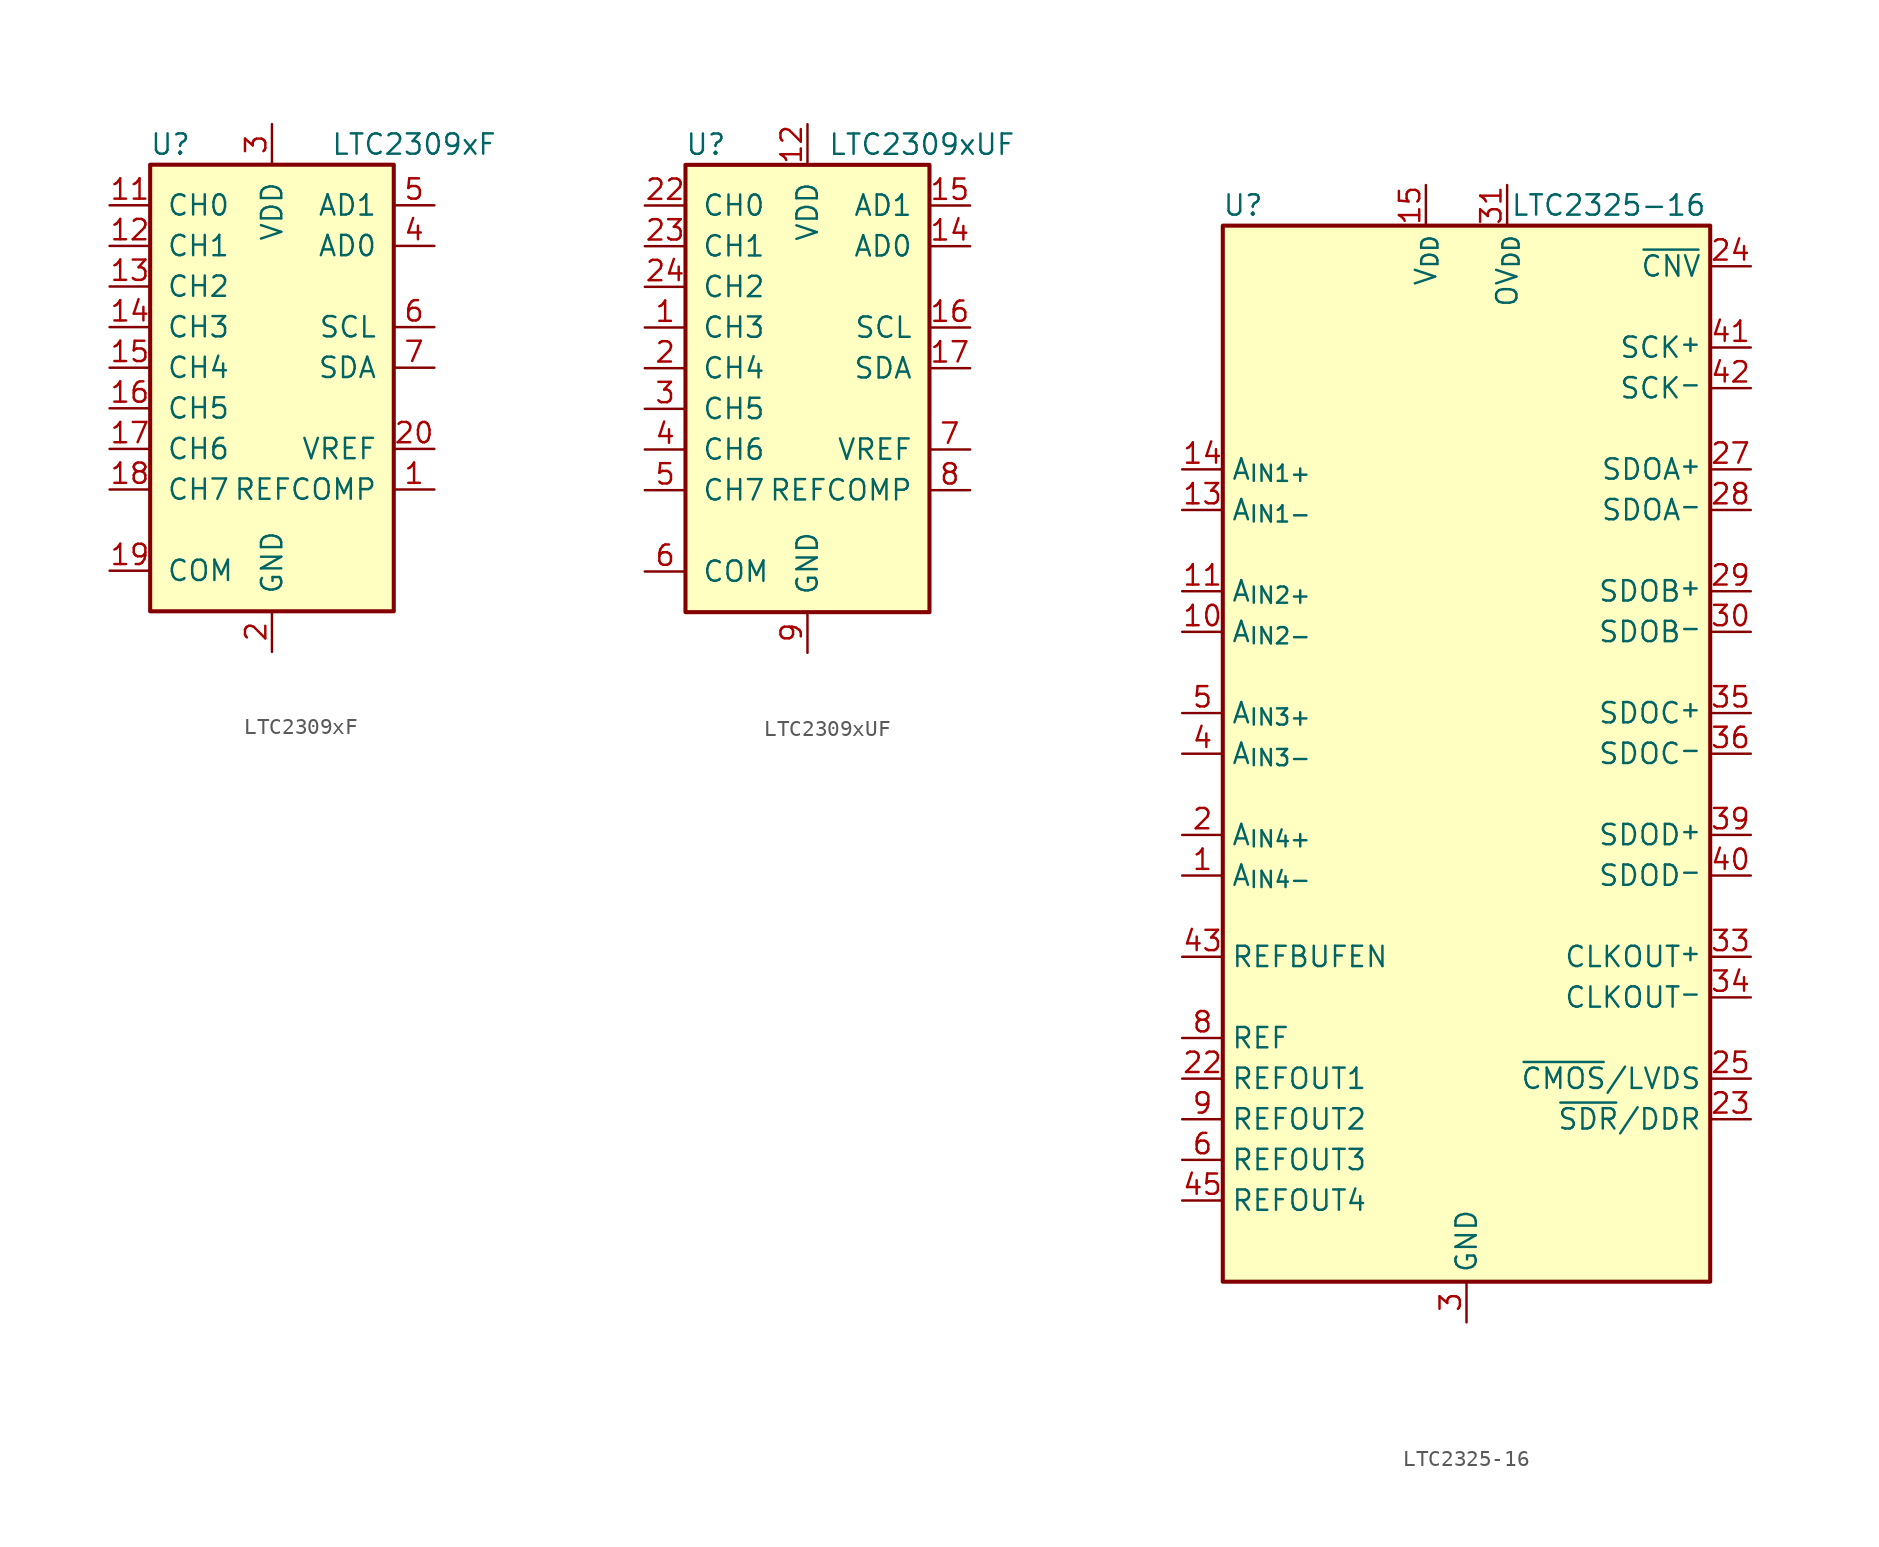
<source format=kicad_sym>
(kicad_symbol_lib
  (version 20220914)
  (generator kicad_symbol_editor)
  (symbol "LTC2309xF"
    (pin_names
      (offset 1.016))
    (property "Reference" "U"
      (at -6.35 13.97 0)
      (effects (font (size 1.27 1.27))))
    (property "Value" "LTC2309xF"
      (at 8.89 13.97 0)
      (effects (font (size 1.27 1.27))))
    (symbol "LTC2309xF_0_1"
      (rectangle (start -7.62 12.7) (end 7.62 -15.24) (stroke (width 0.254) (type default)) (fill (type background)))
      (pin input line (at -10.16 -2.54 0) (length 2.54) (name "CH5" (effects (font (size 1.27 1.27)))) (number "16" (effects (font (size 1.27 1.27))))))
    (symbol "LTC2309xF_1_1"
      (pin input line (at 10.16 -7.62 180) (length 2.54) (name "REFCOMP" (effects (font (size 1.27 1.27)))) (number "1" (effects (font (size 1.27 1.27)))))
      (pin passive line (at 0 15.24 270) (length 2.54) hide (name "VDD" (effects (font (size 1.27 1.27)))) (number "10" (effects (font (size 1.27 1.27)))))
      (pin input line (at -10.16 10.16 0) (length 2.54) (name "CH0" (effects (font (size 1.27 1.27)))) (number "11" (effects (font (size 1.27 1.27)))))
      (pin input line (at -10.16 7.62 0) (length 2.54) (name "CH1" (effects (font (size 1.27 1.27)))) (number "12" (effects (font (size 1.27 1.27)))))
      (pin input line (at -10.16 5.08 0) (length 2.54) (name "CH2" (effects (font (size 1.27 1.27)))) (number "13" (effects (font (size 1.27 1.27)))))
      (pin input line (at -10.16 2.54 0) (length 2.54) (name "CH3" (effects (font (size 1.27 1.27)))) (number "14" (effects (font (size 1.27 1.27)))))
      (pin input line (at -10.16 0 0) (length 2.54) (name "CH4" (effects (font (size 1.27 1.27)))) (number "15" (effects (font (size 1.27 1.27)))))
      (pin input line (at -10.16 -5.08 0) (length 2.54) (name "CH6" (effects (font (size 1.27 1.27)))) (number "17" (effects (font (size 1.27 1.27)))))
      (pin input line (at -10.16 -7.62 0) (length 2.54) (name "CH7" (effects (font (size 1.27 1.27)))) (number "18" (effects (font (size 1.27 1.27)))))
      (pin input line (at -10.16 -12.7 0) (length 2.54) (name "COM" (effects (font (size 1.27 1.27)))) (number "19" (effects (font (size 1.27 1.27)))))
      (pin power_in line (at 0 -17.78 90) (length 2.54) (name "GND" (effects (font (size 1.27 1.27)))) (number "2" (effects (font (size 1.27 1.27)))))
      (pin input line (at 10.16 -5.08 180) (length 2.54) (name "VREF" (effects (font (size 1.27 1.27)))) (number "20" (effects (font (size 1.27 1.27)))))
      (pin power_in line (at 0 15.24 270) (length 2.54) (name "VDD" (effects (font (size 1.27 1.27)))) (number "3" (effects (font (size 1.27 1.27)))))
      (pin input line (at 10.16 7.62 180) (length 2.54) (name "AD0" (effects (font (size 1.27 1.27)))) (number "4" (effects (font (size 1.27 1.27)))))
      (pin input line (at 10.16 10.16 180) (length 2.54) (name "AD1" (effects (font (size 1.27 1.27)))) (number "5" (effects (font (size 1.27 1.27)))))
      (pin input line (at 10.16 2.54 180) (length 2.54) (name "SCL" (effects (font (size 1.27 1.27)))) (number "6" (effects (font (size 1.27 1.27)))))
      (pin bidirectional line (at 10.16 0 180) (length 2.54) (name "SDA" (effects (font (size 1.27 1.27)))) (number "7" (effects (font (size 1.27 1.27)))))
      (pin passive line (at 0 -17.78 90) (length 2.54) hide (name "GND" (effects (font (size 1.27 1.27)))) (number "8" (effects (font (size 1.27 1.27)))))
      (pin passive line (at 0 -17.78 90) (length 2.54) hide (name "GND" (effects (font (size 1.27 1.27)))) (number "9" (effects (font (size 1.27 1.27)))))))
  (symbol "LTC2309xUF"
    (pin_names
      (offset 1.016))
    (property "Reference" "U"
      (at -6.35 13.97 0)
      (effects (font (size 1.27 1.27))))
    (property "Value" "LTC2309xUF"
      (at 1.27 13.97 0)
      (effects (font (size 1.27 1.27)) (justify left)))
    (symbol "LTC2309xUF_0_1"
      (rectangle (start -7.62 12.7) (end 7.62 -15.24) (stroke (width 0.254) (type default)) (fill (type background)))
      (pin input line (at -10.16 -2.54 0) (length 2.54) (name "CH5" (effects (font (size 1.27 1.27)))) (number "3" (effects (font (size 1.27 1.27))))))
    (symbol "LTC2309xUF_1_1"
      (pin input line (at -10.16 2.54 0) (length 2.54) (name "CH3" (effects (font (size 1.27 1.27)))) (number "1" (effects (font (size 1.27 1.27)))))
      (pin passive line (at 0 -17.78 90) (length 2.54) hide (name "GND" (effects (font (size 1.27 1.27)))) (number "10" (effects (font (size 1.27 1.27)))))
      (pin passive line (at 0 -17.78 90) (length 2.54) hide (name "GND" (effects (font (size 1.27 1.27)))) (number "11" (effects (font (size 1.27 1.27)))))
      (pin power_in line (at 0 15.24 270) (length 2.54) (name "VDD" (effects (font (size 1.27 1.27)))) (number "12" (effects (font (size 1.27 1.27)))))
      (pin passive line (at 0 15.24 270) (length 2.54) hide (name "VDD" (effects (font (size 1.27 1.27)))) (number "13" (effects (font (size 1.27 1.27)))))
      (pin input line (at 10.16 7.62 180) (length 2.54) (name "AD0" (effects (font (size 1.27 1.27)))) (number "14" (effects (font (size 1.27 1.27)))))
      (pin input line (at 10.16 10.16 180) (length 2.54) (name "AD1" (effects (font (size 1.27 1.27)))) (number "15" (effects (font (size 1.27 1.27)))))
      (pin input line (at 10.16 2.54 180) (length 2.54) (name "SCL" (effects (font (size 1.27 1.27)))) (number "16" (effects (font (size 1.27 1.27)))))
      (pin bidirectional line (at 10.16 0 180) (length 2.54) (name "SDA" (effects (font (size 1.27 1.27)))) (number "17" (effects (font (size 1.27 1.27)))))
      (pin passive line (at 0 -17.78 90) (length 2.54) hide (name "GND" (effects (font (size 1.27 1.27)))) (number "18" (effects (font (size 1.27 1.27)))))
      (pin passive line (at 0 -17.78 90) (length 2.54) hide (name "GND" (effects (font (size 1.27 1.27)))) (number "19" (effects (font (size 1.27 1.27)))))
      (pin input line (at -10.16 0 0) (length 2.54) (name "CH4" (effects (font (size 1.27 1.27)))) (number "2" (effects (font (size 1.27 1.27)))))
      (pin passive line (at 0 -17.78 90) (length 2.54) hide (name "GND" (effects (font (size 1.27 1.27)))) (number "20" (effects (font (size 1.27 1.27)))))
      (pin passive line (at 0 15.24 270) (length 2.54) hide (name "VDD" (effects (font (size 1.27 1.27)))) (number "21" (effects (font (size 1.27 1.27)))))
      (pin input line (at -10.16 10.16 0) (length 2.54) (name "CH0" (effects (font (size 1.27 1.27)))) (number "22" (effects (font (size 1.27 1.27)))))
      (pin input line (at -10.16 7.62 0) (length 2.54) (name "CH1" (effects (font (size 1.27 1.27)))) (number "23" (effects (font (size 1.27 1.27)))))
      (pin input line (at -10.16 5.08 0) (length 2.54) (name "CH2" (effects (font (size 1.27 1.27)))) (number "24" (effects (font (size 1.27 1.27)))))
      (pin passive line (at 0 -17.78 90) (length 2.54) hide (name "GND" (effects (font (size 1.27 1.27)))) (number "25" (effects (font (size 1.27 1.27)))))
      (pin input line (at -10.16 -5.08 0) (length 2.54) (name "CH6" (effects (font (size 1.27 1.27)))) (number "4" (effects (font (size 1.27 1.27)))))
      (pin input line (at -10.16 -7.62 0) (length 2.54) (name "CH7" (effects (font (size 1.27 1.27)))) (number "5" (effects (font (size 1.27 1.27)))))
      (pin input line (at -10.16 -12.7 0) (length 2.54) (name "COM" (effects (font (size 1.27 1.27)))) (number "6" (effects (font (size 1.27 1.27)))))
      (pin input line (at 10.16 -5.08 180) (length 2.54) (name "VREF" (effects (font (size 1.27 1.27)))) (number "7" (effects (font (size 1.27 1.27)))))
      (pin input line (at 10.16 -7.62 180) (length 2.54) (name "REFCOMP" (effects (font (size 1.27 1.27)))) (number "8" (effects (font (size 1.27 1.27)))))
      (pin power_in line (at 0 -17.78 90) (length 2.54) (name "GND" (effects (font (size 1.27 1.27)))) (number "9" (effects (font (size 1.27 1.27)))))))
  (symbol "LTC2325-16"
    (property "Reference" "U"
      (at -13.97 34.29 0)
      (effects (font (size 1.27 1.27))))
    (property "Value" "LTC2325-16"
      (at 8.89 34.29 0)
      (effects (font (size 1.27 1.27))))
    (symbol "LTC2325-16_0_1"
      (rectangle (start -15.24 33.02) (end 15.24 -33.02) (stroke (width 0.254) (type default)) (fill (type background))))
    (symbol "LTC2325-16_1_1"
      (pin input line (at -17.78 -7.62 0) (length 2.54) (name "A_{IN4-}" (effects (font (size 1.27 1.27)))) (number "1" (effects (font (size 1.27 1.27)))))
      (pin input line (at -17.78 7.62 0) (length 2.54) (name "A_{IN2-}" (effects (font (size 1.27 1.27)))) (number "10" (effects (font (size 1.27 1.27)))))
      (pin input line (at -17.78 10.16 0) (length 2.54) (name "A_{IN2+}" (effects (font (size 1.27 1.27)))) (number "11" (effects (font (size 1.27 1.27)))))
      (pin passive line (at 0 -35.56 90) (length 2.54) hide (name "GND" (effects (font (size 1.27 1.27)))) (number "12" (effects (font (size 1.27 1.27)))))
      (pin input line (at -17.78 15.24 0) (length 2.54) (name "A_{IN1-}" (effects (font (size 1.27 1.27)))) (number "13" (effects (font (size 1.27 1.27)))))
      (pin input line (at -17.78 17.78 0) (length 2.54) (name "A_{IN1+}" (effects (font (size 1.27 1.27)))) (number "14" (effects (font (size 1.27 1.27)))))
      (pin power_in line (at -2.54 35.56 270) (length 2.54) (name "V_{DD}" (effects (font (size 1.27 1.27)))) (number "15" (effects (font (size 1.27 1.27)))))
      (pin no_connect line (at -12.7 -33.02 90) (length 2.54) hide (name "NC" (effects (font (size 1.27 1.27)))) (number "16" (effects (font (size 1.27 1.27)))))
      (pin no_connect line (at -10.16 -33.02 90) (length 2.54) hide (name "NC" (effects (font (size 1.27 1.27)))) (number "17" (effects (font (size 1.27 1.27)))))
      (pin passive line (at 0 -35.56 90) (length 2.54) hide (name "GND" (effects (font (size 1.27 1.27)))) (number "18" (effects (font (size 1.27 1.27)))))
      (pin no_connect line (at -7.62 -33.02 90) (length 2.54) hide (name "NC" (effects (font (size 1.27 1.27)))) (number "19" (effects (font (size 1.27 1.27)))))
      (pin input line (at -17.78 -5.08 0) (length 2.54) (name "A_{IN4+}" (effects (font (size 1.27 1.27)))) (number "2" (effects (font (size 1.27 1.27)))))
      (pin no_connect line (at -5.08 -33.02 90) (length 2.54) hide (name "NC" (effects (font (size 1.27 1.27)))) (number "20" (effects (font (size 1.27 1.27)))))
      (pin passive line (at -2.54 35.56 270) (length 2.54) hide (name "V_{DD}" (effects (font (size 1.27 1.27)))) (number "21" (effects (font (size 1.27 1.27)))))
      (pin passive line (at -17.78 -20.32 0) (length 2.54) (name "REFOUT1" (effects (font (size 1.27 1.27)))) (number "22" (effects (font (size 1.27 1.27)))))
      (pin input line (at 17.78 -22.86 180) (length 2.54) (name "~{SDR}/DDR" (effects (font (size 1.27 1.27)))) (number "23" (effects (font (size 1.27 1.27)))))
      (pin input line (at 17.78 30.48 180) (length 2.54) (name "~{CNV}" (effects (font (size 1.27 1.27)))) (number "24" (effects (font (size 1.27 1.27)))))
      (pin input line (at 17.78 -20.32 180) (length 2.54) (name "~{CMOS}/LVDS" (effects (font (size 1.27 1.27)))) (number "25" (effects (font (size 1.27 1.27)))))
      (pin passive line (at 0 -35.56 90) (length 2.54) hide (name "GND" (effects (font (size 1.27 1.27)))) (number "26" (effects (font (size 1.27 1.27)))))
      (pin output line (at 17.78 17.78 180) (length 2.54) (name "SDOA^{+}" (effects (font (size 1.27 1.27)))) (number "27" (effects (font (size 1.27 1.27)))) (alternate "SDOA" tri_state line))
      (pin output line (at 17.78 15.24 180) (length 2.54) (name "SDOA^{-}" (effects (font (size 1.27 1.27)))) (number "28" (effects (font (size 1.27 1.27)))) (alternate "DNC" no_connect line))
      (pin output line (at 17.78 10.16 180) (length 2.54) (name "SDOB^{+}" (effects (font (size 1.27 1.27)))) (number "29" (effects (font (size 1.27 1.27)))) (alternate "SDOB" tri_state line))
      (pin power_in line (at 0 -35.56 90) (length 2.54) (name "GND" (effects (font (size 1.27 1.27)))) (number "3" (effects (font (size 1.27 1.27)))))
      (pin output line (at 17.78 7.62 180) (length 2.54) (name "SDOB^{-}" (effects (font (size 1.27 1.27)))) (number "30" (effects (font (size 1.27 1.27)))) (alternate "DNC" no_connect line))
      (pin power_in line (at 2.54 35.56 270) (length 2.54) (name "OV_{DD}" (effects (font (size 1.27 1.27)))) (number "31" (effects (font (size 1.27 1.27)))))
      (pin passive line (at 0 -35.56 90) (length 2.54) hide (name "GND" (effects (font (size 1.27 1.27)))) (number "32" (effects (font (size 1.27 1.27)))))
      (pin output line (at 17.78 -12.7 180) (length 2.54) (name "CLKOUT^{+}" (effects (font (size 1.27 1.27)))) (number "33" (effects (font (size 1.27 1.27)))) (alternate "CLKOUT" tri_state line))
      (pin output line (at 17.78 -15.24 180) (length 2.54) (name "CLKOUT^{-}" (effects (font (size 1.27 1.27)))) (number "34" (effects (font (size 1.27 1.27)))) (alternate "~{CLKOUTEN}" input line))
      (pin output line (at 17.78 2.54 180) (length 2.54) (name "SDOC^{+}" (effects (font (size 1.27 1.27)))) (number "35" (effects (font (size 1.27 1.27)))) (alternate "SDOC" tri_state line))
      (pin output line (at 17.78 0 180) (length 2.54) (name "SDOC^{-}" (effects (font (size 1.27 1.27)))) (number "36" (effects (font (size 1.27 1.27)))) (alternate "DNC" no_connect line))
      (pin passive line (at 2.54 35.56 270) (length 2.54) hide (name "OV_{DD}" (effects (font (size 1.27 1.27)))) (number "37" (effects (font (size 1.27 1.27)))))
      (pin passive line (at 0 -35.56 90) (length 2.54) hide (name "GND" (effects (font (size 1.27 1.27)))) (number "38" (effects (font (size 1.27 1.27)))))
      (pin output line (at 17.78 -5.08 180) (length 2.54) (name "SDOD^{+}" (effects (font (size 1.27 1.27)))) (number "39" (effects (font (size 1.27 1.27)))) (alternate "SDOD" tri_state line))
      (pin input line (at -17.78 0 0) (length 2.54) (name "A_{IN3-}" (effects (font (size 1.27 1.27)))) (number "4" (effects (font (size 1.27 1.27)))))
      (pin output line (at 17.78 -7.62 180) (length 2.54) (name "SDOD^{-}" (effects (font (size 1.27 1.27)))) (number "40" (effects (font (size 1.27 1.27)))) (alternate "DNC" no_connect line))
      (pin input line (at 17.78 25.4 180) (length 2.54) (name "SCK^{+}" (effects (font (size 1.27 1.27)))) (number "41" (effects (font (size 1.27 1.27)))) (alternate "SCK" input line))
      (pin input line (at 17.78 22.86 180) (length 2.54) (name "SCK^{-}" (effects (font (size 1.27 1.27)))) (number "42" (effects (font (size 1.27 1.27)))) (alternate "DNC" no_connect line))
      (pin input line (at -17.78 -12.7 0) (length 2.54) (name "REFBUFEN" (effects (font (size 1.27 1.27)))) (number "43" (effects (font (size 1.27 1.27)))))
      (pin passive line (at -2.54 35.56 270) (length 2.54) hide (name "V_{DD}" (effects (font (size 1.27 1.27)))) (number "44" (effects (font (size 1.27 1.27)))))
      (pin passive line (at -17.78 -27.94 0) (length 2.54) (name "REFOUT4" (effects (font (size 1.27 1.27)))) (number "45" (effects (font (size 1.27 1.27)))))
      (pin passive line (at 0 -35.56 90) (length 2.54) hide (name "GND" (effects (font (size 1.27 1.27)))) (number "46" (effects (font (size 1.27 1.27)))))
      (pin no_connect line (at 5.08 -33.02 90) (length 2.54) hide (name "NC" (effects (font (size 1.27 1.27)))) (number "47" (effects (font (size 1.27 1.27)))))
      (pin no_connect line (at 7.62 -33.02 90) (length 2.54) hide (name "NC" (effects (font (size 1.27 1.27)))) (number "48" (effects (font (size 1.27 1.27)))))
      (pin passive line (at 0 -35.56 90) (length 2.54) hide (name "GND" (effects (font (size 1.27 1.27)))) (number "49" (effects (font (size 1.27 1.27)))))
      (pin input line (at -17.78 2.54 0) (length 2.54) (name "A_{IN3+}" (effects (font (size 1.27 1.27)))) (number "5" (effects (font (size 1.27 1.27)))))
      (pin no_connect line (at 10.16 -33.02 90) (length 2.54) hide (name "NC" (effects (font (size 1.27 1.27)))) (number "50" (effects (font (size 1.27 1.27)))))
      (pin no_connect line (at 12.7 -33.02 90) (length 2.54) hide (name "NC" (effects (font (size 1.27 1.27)))) (number "51" (effects (font (size 1.27 1.27)))))
      (pin passive line (at -2.54 35.56 270) (length 2.54) hide (name "V_{DD}" (effects (font (size 1.27 1.27)))) (number "52" (effects (font (size 1.27 1.27)))))
      (pin passive line (at 0 -35.56 90) (length 2.54) hide (name "GND" (effects (font (size 1.27 1.27)))) (number "53" (effects (font (size 1.27 1.27)))))
      (pin passive line (at -17.78 -25.4 0) (length 2.54) (name "REFOUT3" (effects (font (size 1.27 1.27)))) (number "6" (effects (font (size 1.27 1.27)))))
      (pin passive line (at 0 -35.56 90) (length 2.54) hide (name "GND" (effects (font (size 1.27 1.27)))) (number "7" (effects (font (size 1.27 1.27)))))
      (pin passive line (at -17.78 -17.78 0) (length 2.54) (name "REF" (effects (font (size 1.27 1.27)))) (number "8" (effects (font (size 1.27 1.27)))))
      (pin passive line (at -17.78 -22.86 0) (length 2.54) (name "REFOUT2" (effects (font (size 1.27 1.27)))) (number "9" (effects (font (size 1.27 1.27))))))))
</source>
